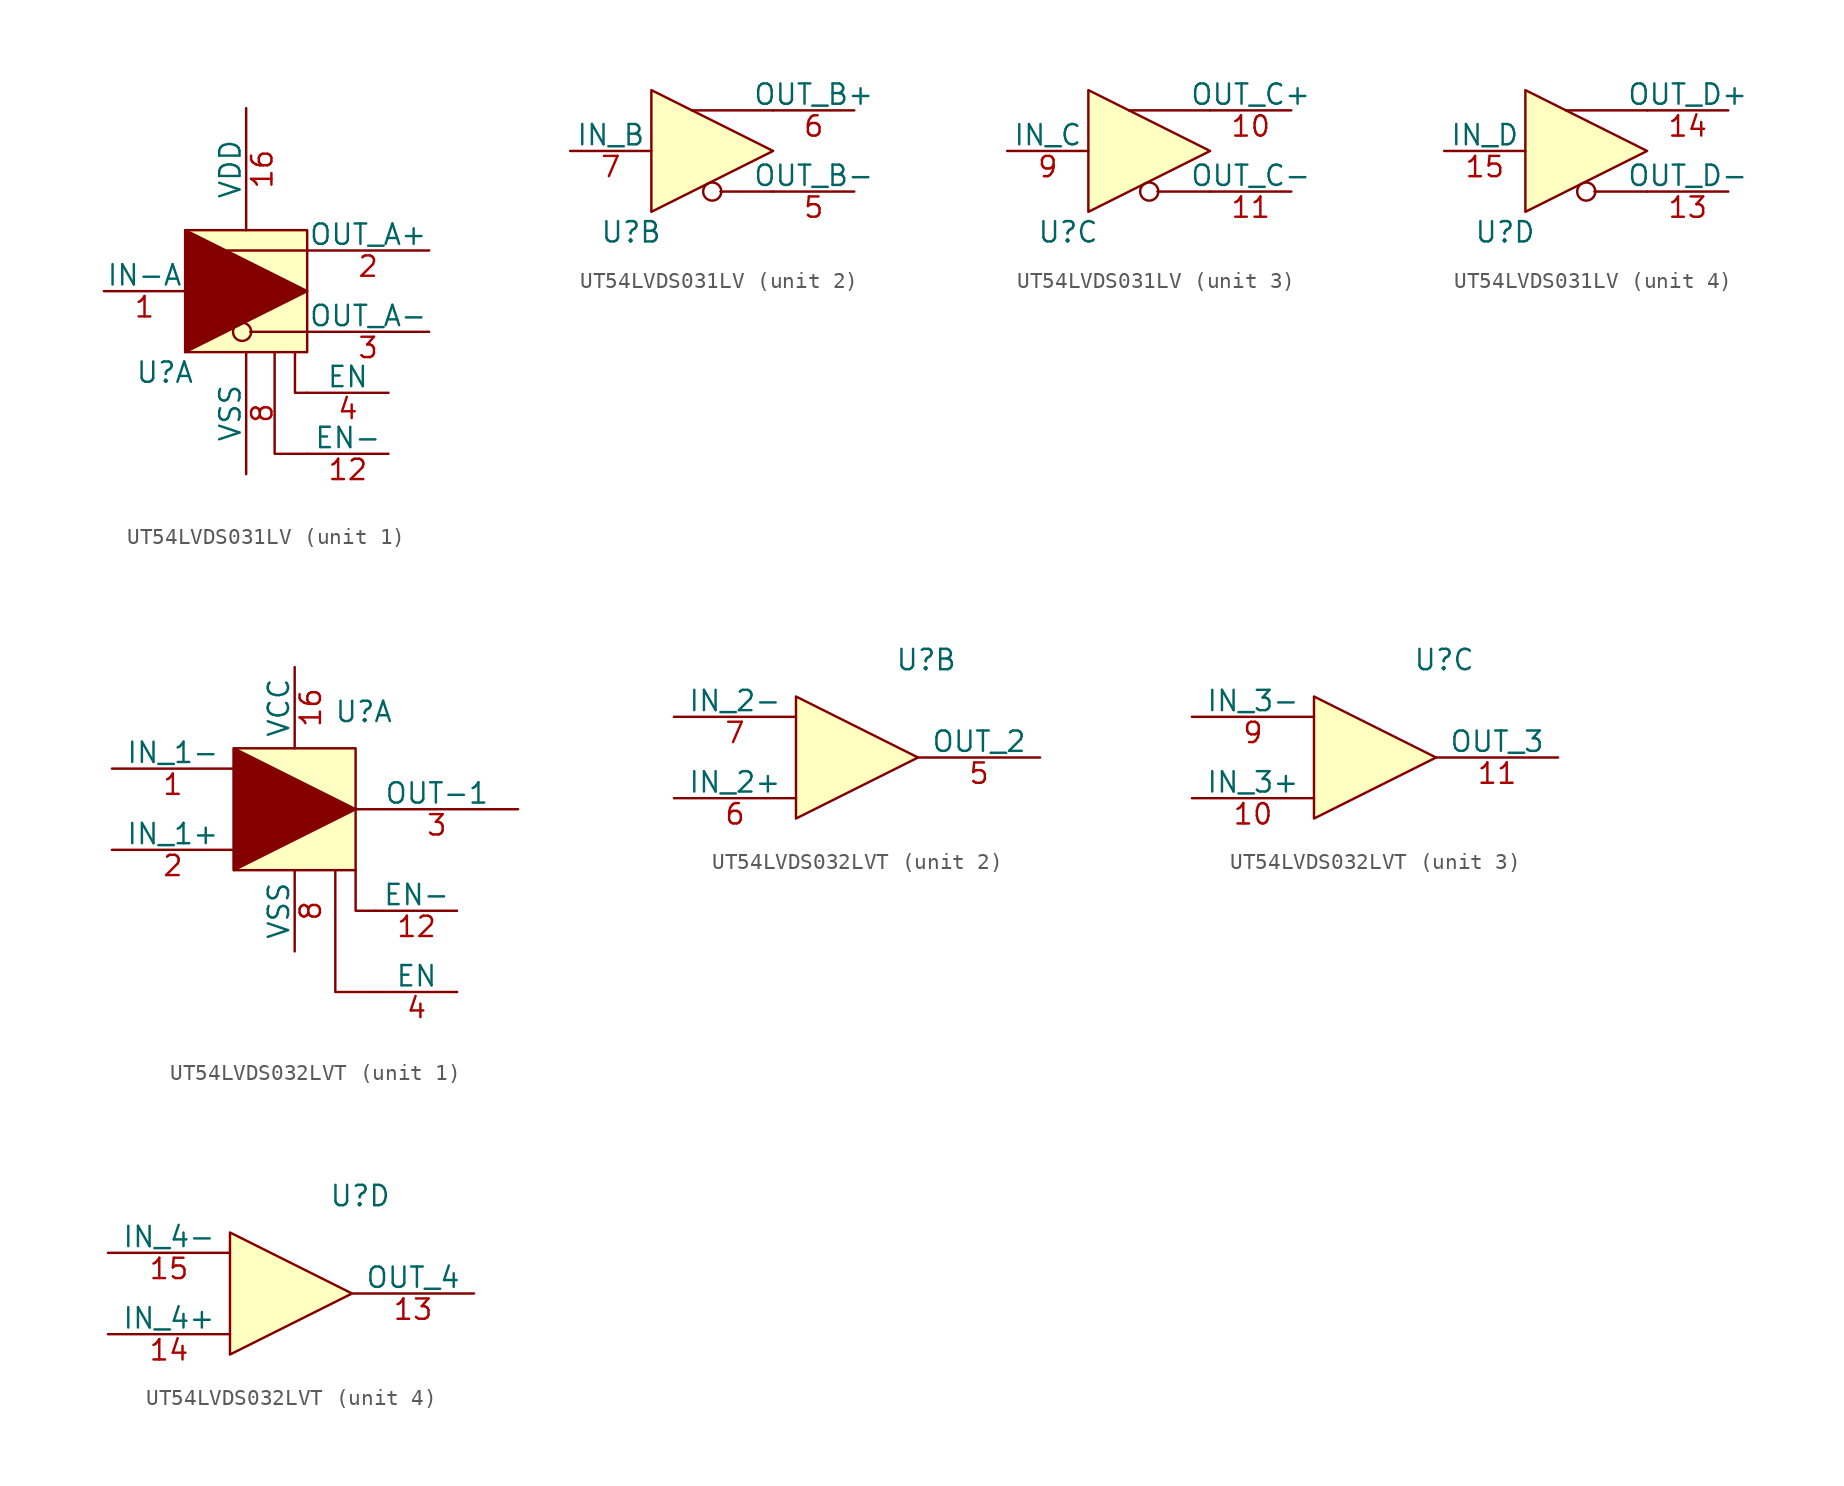
<source format=kicad_sym>
(kicad_symbol_lib
  (version 20231120)
  (generator "kicad_symbol_editor")
  (generator_version "8.0")
  (symbol "UT54LVDS031LV"
    (pin_names
      (offset 0))
    (property "Reference" "U"
      (at -1.27 -1.27 0)
      (effects (font (size 1.27 1.27))))
    (property "Value" ""
      (at 0 0 0)
      (effects (font (size 1.27 1.27))))
    (property "ki_locked" ""
      (at 0 0 0)
      (effects (font (size 1.27 1.27))))
    (symbol "UT54LVDS031LV_1_1"
      (polyline (pts (xy 7.62 1.27) (xy 4.064 1.27)) (stroke (width 0) (type default)) (fill (type none)))
      (polyline (pts (xy 7.62 6.35) (xy 2.032 6.35)) (stroke (width 0) (type default)) (fill (type none)))
      (polyline (pts (xy 7.62 -6.35) (xy 5.588 -6.35) (xy 5.588 0)) (stroke (width 0) (type default)) (fill (type none)))
      (polyline (pts (xy 7.62 -2.54) (xy 6.858 -2.54) (xy 6.858 0)) (stroke (width 0) (type default)) (fill (type none)))
      (polyline (pts (xy 0 0) (xy 0 7.62) (xy 7.62 3.81) (xy 0 0)) (stroke (width 0) (type default)) (fill (type outline)))
      (rectangle (start 0 7.62) (end 7.62 0) (stroke (width 0) (type default)) (fill (type background)))
      (circle (center 3.556 1.27) (radius 0.568) (stroke (width 0) (type default)) (fill (type none)))
      (pin input line (at -5.08 3.81 0) (length 5.08) (name "IN-A" (effects (font (size 1.27 1.27)))) (number "1" (effects (font (size 1.27 1.27)))))
      (pin input line (at 12.7 -6.35 180) (length 5.08) (name "EN-" (effects (font (size 1.27 1.27)))) (number "12" (effects (font (size 1.27 1.27)))))
      (pin power_in line (at 3.81 15.24 270) (length 7.62) (name "VDD" (effects (font (size 1.27 1.27)))) (number "16" (effects (font (size 1.27 1.27)))))
      (pin output line (at 15.24 6.35 180) (length 7.62) (name "OUT_A+" (effects (font (size 1.27 1.27)))) (number "2" (effects (font (size 1.27 1.27)))))
      (pin output line (at 15.24 1.27 180) (length 7.62) (name "OUT_A-" (effects (font (size 1.27 1.27)))) (number "3" (effects (font (size 1.27 1.27)))))
      (pin input line (at 12.7 -2.54 180) (length 5.08) (name "EN" (effects (font (size 1.27 1.27)))) (number "4" (effects (font (size 1.27 1.27)))))
      (pin power_in line (at 3.81 -7.62 90) (length 7.62) (name "VSS" (effects (font (size 1.27 1.27)))) (number "8" (effects (font (size 1.27 1.27))))))
    (symbol "UT54LVDS031LV_2_1"
      (polyline (pts (xy 7.62 1.27) (xy 4.318 1.27)) (stroke (width 0) (type default)) (fill (type none)))
      (polyline (pts (xy 7.62 6.35) (xy 2.54 6.35)) (stroke (width 0) (type default)) (fill (type none)))
      (polyline (pts (xy 0 0) (xy 0 7.62) (xy 7.62 3.81) (xy 0 0)) (stroke (width 0) (type default)) (fill (type background)))
      (circle (center 3.81 1.27) (radius 0.568) (stroke (width 0) (type default)) (fill (type none)))
      (pin output line (at 12.7 1.27 180) (length 5.08) (name "OUT_B-" (effects (font (size 1.27 1.27)))) (number "5" (effects (font (size 1.27 1.27)))))
      (pin output line (at 12.7 6.35 180) (length 5.08) (name "OUT_B+" (effects (font (size 1.27 1.27)))) (number "6" (effects (font (size 1.27 1.27)))))
      (pin input line (at -5.08 3.81 0) (length 5.08) (name "IN_B" (effects (font (size 1.27 1.27)))) (number "7" (effects (font (size 1.27 1.27))))))
    (symbol "UT54LVDS031LV_3_1"
      (polyline (pts (xy 7.62 1.27) (xy 4.318 1.27)) (stroke (width 0) (type default)) (fill (type none)))
      (polyline (pts (xy 7.62 6.35) (xy 2.54 6.35)) (stroke (width 0) (type default)) (fill (type none)))
      (polyline (pts (xy 0 0) (xy 0 7.62) (xy 7.62 3.81) (xy 0 0)) (stroke (width 0) (type default)) (fill (type background)))
      (circle (center 3.81 1.27) (radius 0.568) (stroke (width 0) (type default)) (fill (type none)))
      (pin output line (at 12.7 6.35 180) (length 5.08) (name "OUT_C+" (effects (font (size 1.27 1.27)))) (number "10" (effects (font (size 1.27 1.27)))))
      (pin output line (at 12.7 1.27 180) (length 5.08) (name "OUT_C-" (effects (font (size 1.27 1.27)))) (number "11" (effects (font (size 1.27 1.27)))))
      (pin input line (at -5.08 3.81 0) (length 5.08) (name "IN_C" (effects (font (size 1.27 1.27)))) (number "9" (effects (font (size 1.27 1.27))))))
    (symbol "UT54LVDS031LV_4_1"
      (polyline (pts (xy 7.62 1.27) (xy 4.318 1.27)) (stroke (width 0) (type default)) (fill (type none)))
      (polyline (pts (xy 7.62 6.35) (xy 2.54 6.35)) (stroke (width 0) (type default)) (fill (type none)))
      (polyline (pts (xy 0 0) (xy 0 7.62) (xy 7.62 3.81) (xy 0 0)) (stroke (width 0) (type default)) (fill (type background)))
      (circle (center 3.81 1.27) (radius 0.568) (stroke (width 0) (type default)) (fill (type none)))
      (pin output line (at 12.7 1.27 180) (length 5.08) (name "OUT_D-" (effects (font (size 1.27 1.27)))) (number "13" (effects (font (size 1.27 1.27)))))
      (pin output line (at 12.7 6.35 180) (length 5.08) (name "OUT_D+" (effects (font (size 1.27 1.27)))) (number "14" (effects (font (size 1.27 1.27)))))
      (pin input line (at -5.08 3.81 0) (length 5.08) (name "IN_D" (effects (font (size 1.27 1.27)))) (number "15" (effects (font (size 1.27 1.27)))))))
  (symbol "UT54LVDS032LVT"
    (pin_names
      (offset 0))
    (property "Reference" "U"
      (at 8.128 9.906 0)
      (effects (font (size 1.27 1.27))))
    (property "Value" ""
      (at 0 0 0)
      (effects (font (size 1.27 1.27))))
    (property "ki_locked" ""
      (at 0 0 0)
      (effects (font (size 1.27 1.27))))
    (symbol "UT54LVDS032LVT_1_1"
      (polyline (pts (xy 6.35 0) (xy 6.35 -7.62) (xy 8.89 -7.62)) (stroke (width 0) (type default)) (fill (type none)))
      (polyline (pts (xy 7.62 0) (xy 7.62 -2.54) (xy 8.89 -2.54)) (stroke (width 0) (type default)) (fill (type none)))
      (polyline (pts (xy 0 0) (xy 0 7.62) (xy 7.62 3.81) (xy 0 0)) (stroke (width 0) (type default)) (fill (type outline)))
      (rectangle (start 0 7.62) (end 7.62 0) (stroke (width 0) (type default)) (fill (type background)))
      (pin input line (at -7.62 6.35 0) (length 7.62) (name "IN_1-" (effects (font (size 1.27 1.27)))) (number "1" (effects (font (size 1.27 1.27)))))
      (pin input line (at 13.97 -2.54 180) (length 5.08) (name "EN-" (effects (font (size 1.27 1.27)))) (number "12" (effects (font (size 1.27 1.27)))))
      (pin power_in line (at 3.81 12.7 270) (length 5.08) (name "VCC" (effects (font (size 1.27 1.27)))) (number "16" (effects (font (size 1.27 1.27)))))
      (pin input line (at -7.62 1.27 0) (length 7.62) (name "IN_1+" (effects (font (size 1.27 1.27)))) (number "2" (effects (font (size 1.27 1.27)))))
      (pin output line (at 17.78 3.81 180) (length 10.16) (name "OUT-1" (effects (font (size 1.27 1.27)))) (number "3" (effects (font (size 1.27 1.27)))))
      (pin input line (at 13.97 -7.62 180) (length 5.08) (name "EN" (effects (font (size 1.27 1.27)))) (number "4" (effects (font (size 1.27 1.27)))))
      (pin power_in line (at 3.81 -5.08 90) (length 5.08) (name "VSS" (effects (font (size 1.27 1.27)))) (number "8" (effects (font (size 1.27 1.27))))))
    (symbol "UT54LVDS032LVT_2_1"
      (polyline (pts (xy 0 0) (xy 0 7.62) (xy 7.62 3.81) (xy 0 0)) (stroke (width 0) (type default)) (fill (type background)))
      (pin output line (at 15.24 3.81 180) (length 7.62) (name "OUT_2" (effects (font (size 1.27 1.27)))) (number "5" (effects (font (size 1.27 1.27)))))
      (pin input line (at -7.62 1.27 0) (length 7.62) (name "IN_2+" (effects (font (size 1.27 1.27)))) (number "6" (effects (font (size 1.27 1.27)))))
      (pin input line (at -7.62 6.35 0) (length 7.62) (name "IN_2-" (effects (font (size 1.27 1.27)))) (number "7" (effects (font (size 1.27 1.27))))))
    (symbol "UT54LVDS032LVT_3_1"
      (polyline (pts (xy 0 0) (xy 0 7.62) (xy 7.62 3.81) (xy 0 0)) (stroke (width 0) (type default)) (fill (type background)))
      (pin input line (at -7.62 1.27 0) (length 7.62) (name "IN_3+" (effects (font (size 1.27 1.27)))) (number "10" (effects (font (size 1.27 1.27)))))
      (pin output line (at 15.24 3.81 180) (length 7.62) (name "OUT_3" (effects (font (size 1.27 1.27)))) (number "11" (effects (font (size 1.27 1.27)))))
      (pin input line (at -7.62 6.35 0) (length 7.62) (name "IN_3-" (effects (font (size 1.27 1.27)))) (number "9" (effects (font (size 1.27 1.27))))))
    (symbol "UT54LVDS032LVT_4_1"
      (polyline (pts (xy 0 0) (xy 0 7.62) (xy 7.62 3.81) (xy 0 0)) (stroke (width 0) (type default)) (fill (type background)))
      (pin output line (at 15.24 3.81 180) (length 7.62) (name "OUT_4" (effects (font (size 1.27 1.27)))) (number "13" (effects (font (size 1.27 1.27)))))
      (pin input line (at -7.62 1.27 0) (length 7.62) (name "IN_4+" (effects (font (size 1.27 1.27)))) (number "14" (effects (font (size 1.27 1.27)))))
      (pin input line (at -7.62 6.35 0) (length 7.62) (name "IN_4-" (effects (font (size 1.27 1.27)))) (number "15" (effects (font (size 1.27 1.27))))))))
</source>
